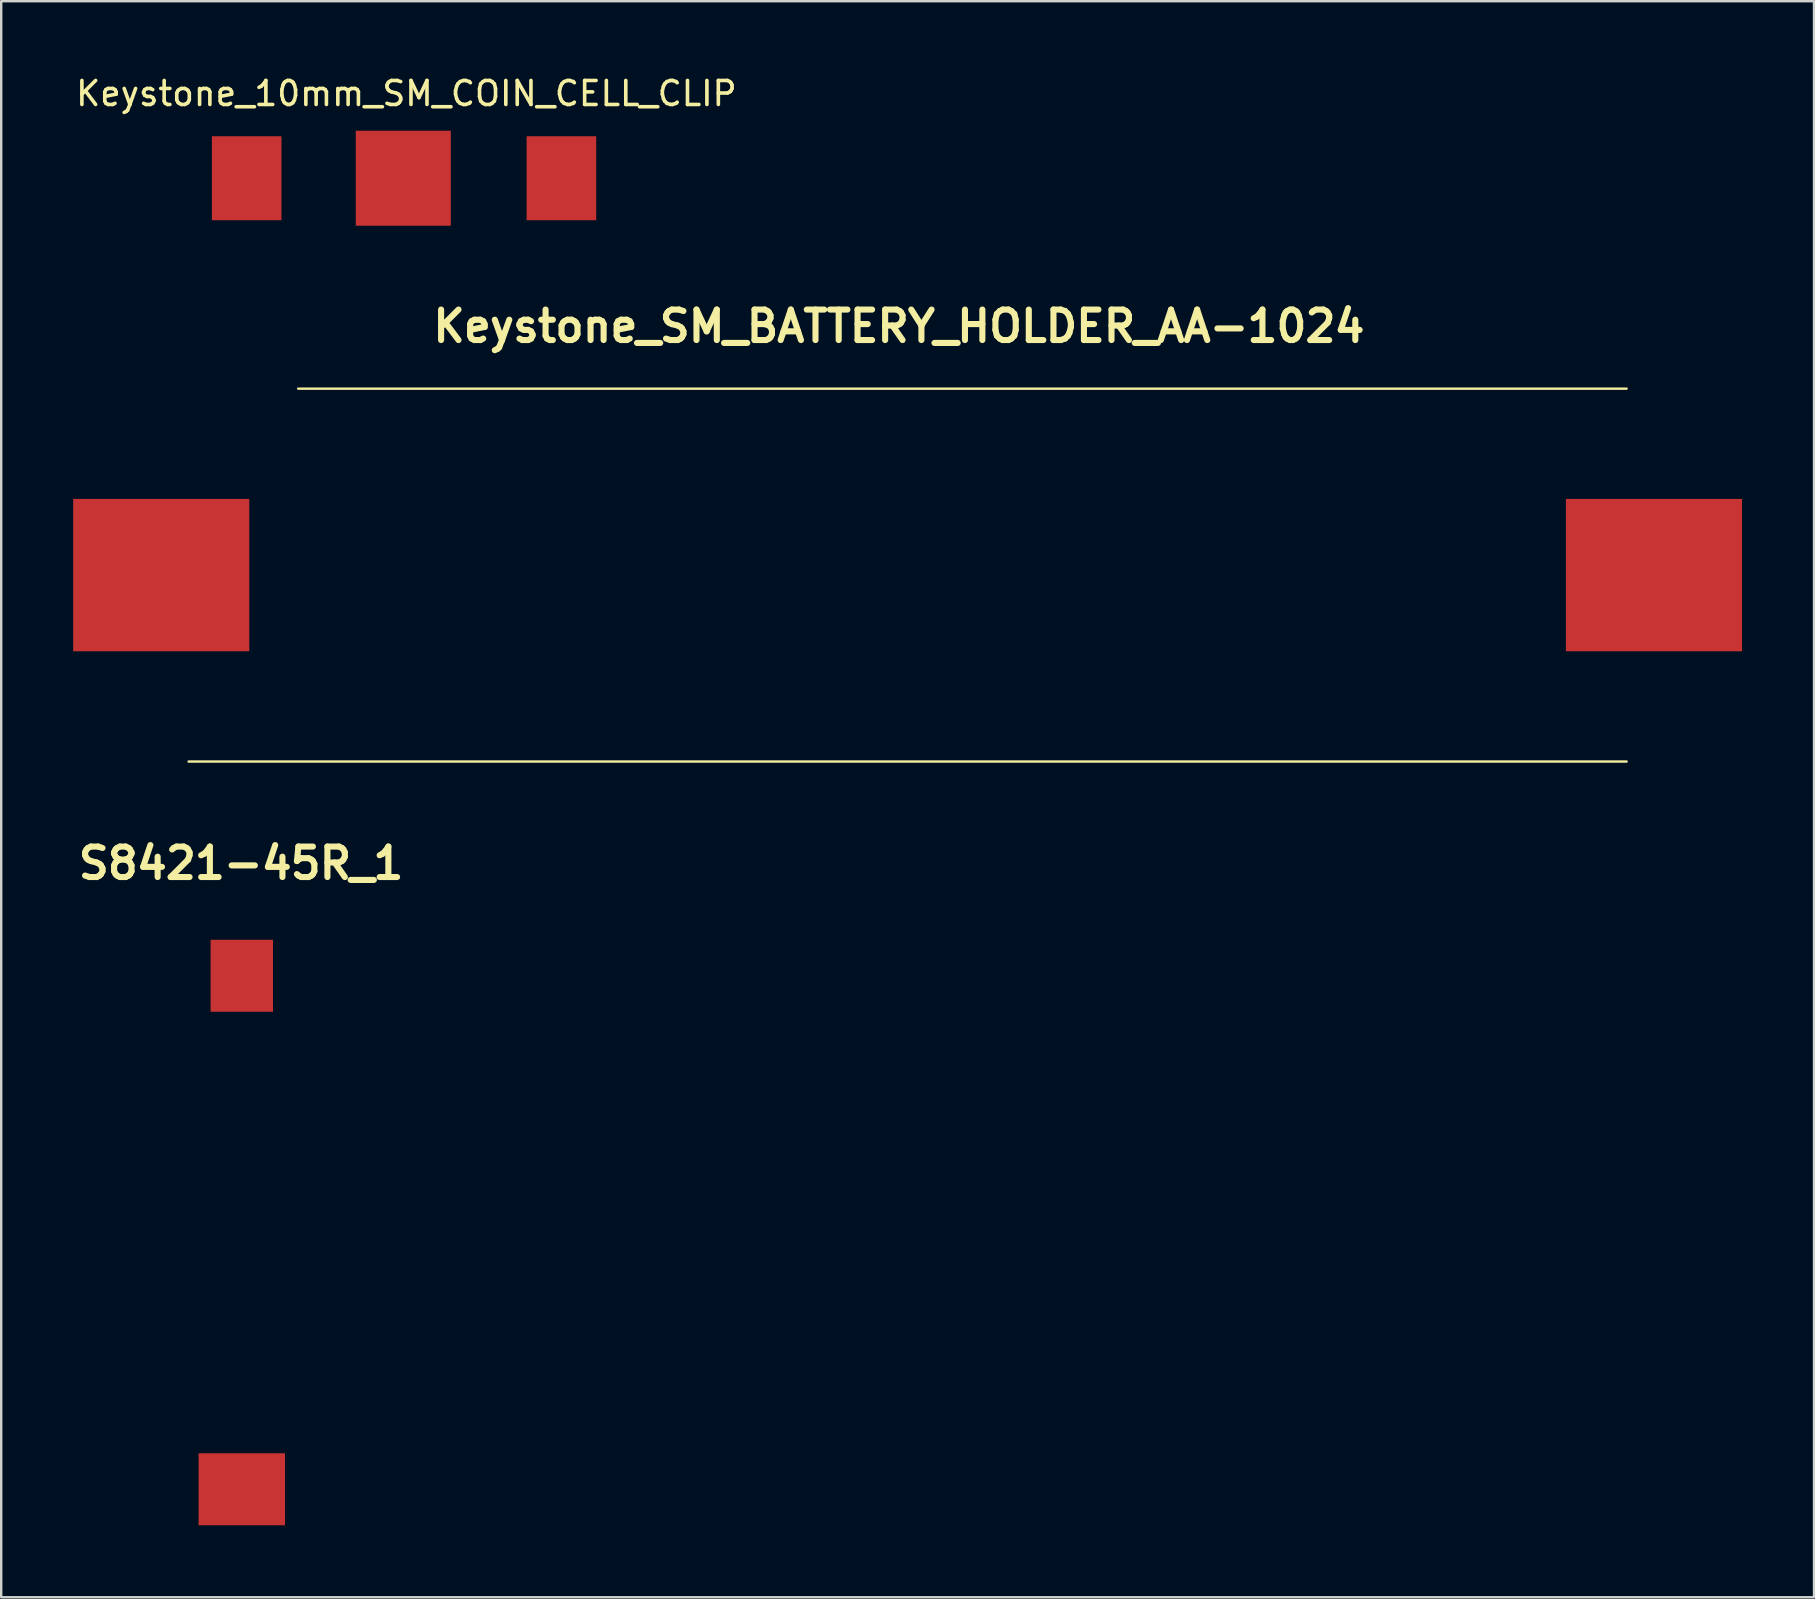
<source format=kicad_pcb>
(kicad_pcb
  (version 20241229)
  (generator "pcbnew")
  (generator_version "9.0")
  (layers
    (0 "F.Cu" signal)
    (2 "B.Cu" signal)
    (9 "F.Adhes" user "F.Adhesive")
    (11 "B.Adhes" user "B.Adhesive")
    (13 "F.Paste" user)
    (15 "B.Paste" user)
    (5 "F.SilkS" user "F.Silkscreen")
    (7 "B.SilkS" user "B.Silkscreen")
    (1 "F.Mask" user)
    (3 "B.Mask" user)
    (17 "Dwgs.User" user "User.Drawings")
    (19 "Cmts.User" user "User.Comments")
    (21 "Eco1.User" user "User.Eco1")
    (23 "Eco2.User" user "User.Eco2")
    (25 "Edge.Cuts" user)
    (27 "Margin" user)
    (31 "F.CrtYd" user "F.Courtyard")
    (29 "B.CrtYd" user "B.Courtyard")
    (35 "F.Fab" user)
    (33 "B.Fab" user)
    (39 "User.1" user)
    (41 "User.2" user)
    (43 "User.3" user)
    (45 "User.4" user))
  (footprint "Keystone_10mm_SM_COIN_CELL_CLIP"
    (layer "F.Cu")
    (at 5.707 4.378)
    (property "Reference" "Keystone_10mm_SM_COIN_CELL_CLIP" (at 8.18 -3.53 0) (layer "F.SilkS") (effects (font (size 1 1) (thickness 0.15))))
    (attr through_hole)
    (pad "1" smd rect (at 1.524 0) (size 2.9 3.5) (layers "F.Cu" "F.Mask" "F.Paste"))
    (pad "2" smd rect (at 14.64 0) (size 2.9 3.5) (layers "F.Cu" "F.Mask" "F.Paste"))
    (pad "3" smd rect (at 8.05 0) (size 3.96 3.96) (layers "F.Cu" "F.Mask" "F.Paste")))
  (footprint "S8421-45R_1"
    (layer "F.Cu")
    (at 7.027 37.616)
    (property "Reference" "S8421-45R_1" (at -0.03 -4.69 0) (layer "F.SilkS") (effects (font (size 1.27 1.27) (thickness 0.254))))
    (attr smd)
    (pad "1" smd rect (at 0 21.4 90) (size 3 3.6) (layers "F.Cu" "F.Mask" "F.Paste"))
    (pad "2" smd rect (at 0 0) (size 2.6 3) (layers "F.Cu" "F.Mask" "F.Paste")))
  (footprint "Keystone_SM_BATTERY_HOLDER_AA-1024"
    (layer "F.Cu")
    (at 34.413 20.917)
    (property "Reference" "Keystone_SM_BATTERY_HOLDER_AA-1024" (at 0 -10.37 0) (layer "F.SilkS") (effects (font (size 1.27 1.27) (thickness 0.254))))
    (attr smd)
    (fp_line (start -29.603 7.77) (end 30.327 7.77) (stroke (width 0.1) (type solid)) (layer "F.SilkS"))
    (fp_line (start 30.327 -7.77) (end -25.038 -7.77) (stroke (width 0.1) (type solid)) (layer "F.SilkS"))
    (pad "" np_thru_hole circle (at -27.073 -6.73) (size 0.001 0.001) (drill 1.98) (layers "*.Cu" "*.Mask"))
    (pad "1" smd rect (at -30.743 0 90) (size 6.35 7.34) (layers "F.Cu" "F.Mask" "F.Paste"))
    (pad "2" smd rect (at 31.467 0 90) (size 6.35 7.34) (layers "F.Cu" "F.Mask" "F.Paste")))
  (gr_rect
    (start -3 -3)
    (end 72.55 63.516)
    (stroke (width 0.1) (type default))
    (fill no)
    (layer "Edge.Cuts")))
</source>
